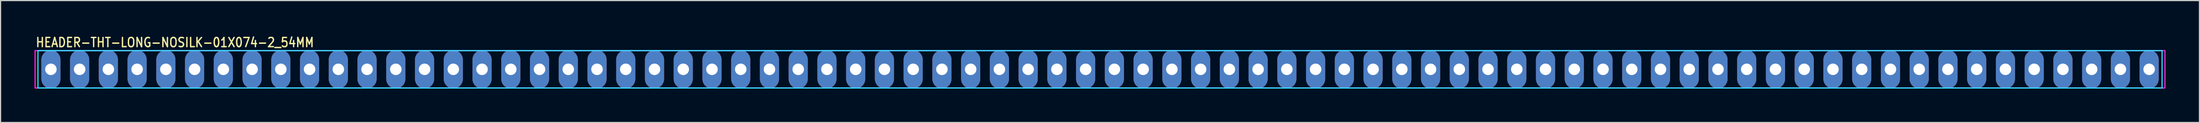
<source format=kicad_pcb>
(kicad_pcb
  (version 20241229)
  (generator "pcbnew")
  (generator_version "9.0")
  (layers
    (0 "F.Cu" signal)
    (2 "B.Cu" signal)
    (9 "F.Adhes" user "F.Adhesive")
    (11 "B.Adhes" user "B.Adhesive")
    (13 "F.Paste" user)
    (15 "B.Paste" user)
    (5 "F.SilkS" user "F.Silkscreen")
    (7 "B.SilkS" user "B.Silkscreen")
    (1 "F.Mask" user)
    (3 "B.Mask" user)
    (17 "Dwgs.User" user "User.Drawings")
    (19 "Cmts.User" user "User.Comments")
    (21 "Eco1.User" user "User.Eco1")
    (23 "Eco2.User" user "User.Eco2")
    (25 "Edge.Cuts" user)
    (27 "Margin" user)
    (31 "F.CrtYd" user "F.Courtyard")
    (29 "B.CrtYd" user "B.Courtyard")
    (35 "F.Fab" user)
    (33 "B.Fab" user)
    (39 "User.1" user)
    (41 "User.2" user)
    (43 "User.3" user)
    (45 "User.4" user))
  (footprint "HEADER-THT-LONG-NOSILK-01X074-2_54MM"
    (layer "F.Cu")
    (at 1.447 3.079)
    (property "Reference" "HEADER-THT-LONG-NOSILK-01X074-2_54MM" (at -1.4 -1.9 0) (unlocked yes) (layer "F.SilkS") (effects (font (size 0.813 0.695) (thickness 0.122)) (justify left bottom)))
    (fp_poly (pts (xy -1.143 -1.651) (xy 186.563 -1.651) (xy 186.563 1.651) (xy -1.143 1.651)) (stroke (width 0.1) (type solid)) (fill no) (layer "B.CrtYd"))
    (fp_poly (pts (xy -1.397 -1.651) (xy 186.817 -1.651) (xy 186.817 1.651) (xy -1.397 1.651)) (stroke (width 0.1) (type solid)) (fill no) (layer "F.CrtYd"))
    (pad "P$1" thru_hole oval (at 0 0 90) (size 3.387 1.693) (drill 1.016) (layers "*.Cu" "*.Mask"))
    (pad "P$2" thru_hole oval (at 2.54 0 90) (size 3.387 1.693) (drill 1.016) (layers "*.Cu" "*.Mask"))
    (pad "P$3" thru_hole oval (at 5.08 0 90) (size 3.387 1.693) (drill 1.016) (layers "*.Cu" "*.Mask"))
    (pad "P$4" thru_hole oval (at 7.62 0 90) (size 3.387 1.693) (drill 1.016) (layers "*.Cu" "*.Mask"))
    (pad "P$5" thru_hole oval (at 10.16 0 90) (size 3.387 1.693) (drill 1.016) (layers "*.Cu" "*.Mask"))
    (pad "P$6" thru_hole oval (at 12.7 0 90) (size 3.387 1.693) (drill 1.016) (layers "*.Cu" "*.Mask"))
    (pad "P$7" thru_hole oval (at 15.24 0 90) (size 3.387 1.693) (drill 1.016) (layers "*.Cu" "*.Mask"))
    (pad "P$8" thru_hole oval (at 17.78 0 90) (size 3.387 1.693) (drill 1.016) (layers "*.Cu" "*.Mask"))
    (pad "P$9" thru_hole oval (at 20.32 0 90) (size 3.387 1.693) (drill 1.016) (layers "*.Cu" "*.Mask"))
    (pad "P$10" thru_hole oval (at 22.86 0 90) (size 3.387 1.693) (drill 1.016) (layers "*.Cu" "*.Mask"))
    (pad "P$11" thru_hole oval (at 25.4 0 90) (size 3.387 1.693) (drill 1.016) (layers "*.Cu" "*.Mask"))
    (pad "P$12" thru_hole oval (at 27.94 0 90) (size 3.387 1.693) (drill 1.016) (layers "*.Cu" "*.Mask"))
    (pad "P$13" thru_hole oval (at 30.48 0 90) (size 3.387 1.693) (drill 1.016) (layers "*.Cu" "*.Mask"))
    (pad "P$14" thru_hole oval (at 33.02 0 90) (size 3.387 1.693) (drill 1.016) (layers "*.Cu" "*.Mask"))
    (pad "P$15" thru_hole oval (at 35.56 0 90) (size 3.387 1.693) (drill 1.016) (layers "*.Cu" "*.Mask"))
    (pad "P$16" thru_hole oval (at 38.1 0 90) (size 3.387 1.693) (drill 1.016) (layers "*.Cu" "*.Mask"))
    (pad "P$17" thru_hole oval (at 40.64 0 90) (size 3.387 1.693) (drill 1.016) (layers "*.Cu" "*.Mask"))
    (pad "P$18" thru_hole oval (at 43.18 0 90) (size 3.387 1.693) (drill 1.016) (layers "*.Cu" "*.Mask"))
    (pad "P$19" thru_hole oval (at 45.72 0 90) (size 3.387 1.693) (drill 1.016) (layers "*.Cu" "*.Mask"))
    (pad "P$20" thru_hole oval (at 48.26 0 90) (size 3.387 1.693) (drill 1.016) (layers "*.Cu" "*.Mask"))
    (pad "P$21" thru_hole oval (at 50.8 0 90) (size 3.387 1.693) (drill 1.016) (layers "*.Cu" "*.Mask"))
    (pad "P$22" thru_hole oval (at 53.34 0 90) (size 3.387 1.693) (drill 1.016) (layers "*.Cu" "*.Mask"))
    (pad "P$23" thru_hole oval (at 55.88 0 90) (size 3.387 1.693) (drill 1.016) (layers "*.Cu" "*.Mask"))
    (pad "P$24" thru_hole oval (at 58.42 0 90) (size 3.387 1.693) (drill 1.016) (layers "*.Cu" "*.Mask"))
    (pad "P$25" thru_hole oval (at 60.96 0 90) (size 3.387 1.693) (drill 1.016) (layers "*.Cu" "*.Mask"))
    (pad "P$26" thru_hole oval (at 63.5 0 90) (size 3.387 1.693) (drill 1.016) (layers "*.Cu" "*.Mask"))
    (pad "P$27" thru_hole oval (at 66.04 0 90) (size 3.387 1.693) (drill 1.016) (layers "*.Cu" "*.Mask"))
    (pad "P$28" thru_hole oval (at 68.58 0 90) (size 3.387 1.693) (drill 1.016) (layers "*.Cu" "*.Mask"))
    (pad "P$29" thru_hole oval (at 71.12 0 90) (size 3.387 1.693) (drill 1.016) (layers "*.Cu" "*.Mask"))
    (pad "P$30" thru_hole oval (at 73.66 0 90) (size 3.387 1.693) (drill 1.016) (layers "*.Cu" "*.Mask"))
    (pad "P$31" thru_hole oval (at 76.2 0 90) (size 3.387 1.693) (drill 1.016) (layers "*.Cu" "*.Mask"))
    (pad "P$32" thru_hole oval (at 78.74 0 90) (size 3.387 1.693) (drill 1.016) (layers "*.Cu" "*.Mask"))
    (pad "P$33" thru_hole oval (at 81.28 0 90) (size 3.387 1.693) (drill 1.016) (layers "*.Cu" "*.Mask"))
    (pad "P$34" thru_hole oval (at 83.82 0 90) (size 3.387 1.693) (drill 1.016) (layers "*.Cu" "*.Mask"))
    (pad "P$35" thru_hole oval (at 86.36 0 90) (size 3.387 1.693) (drill 1.016) (layers "*.Cu" "*.Mask"))
    (pad "P$36" thru_hole oval (at 88.9 0 90) (size 3.387 1.693) (drill 1.016) (layers "*.Cu" "*.Mask"))
    (pad "P$37" thru_hole oval (at 91.44 0 90) (size 3.387 1.693) (drill 1.016) (layers "*.Cu" "*.Mask"))
    (pad "P$38" thru_hole oval (at 93.98 0 90) (size 3.387 1.693) (drill 1.016) (layers "*.Cu" "*.Mask"))
    (pad "P$39" thru_hole oval (at 96.52 0 90) (size 3.387 1.693) (drill 1.016) (layers "*.Cu" "*.Mask"))
    (pad "P$40" thru_hole oval (at 99.06 0 90) (size 3.387 1.693) (drill 1.016) (layers "*.Cu" "*.Mask"))
    (pad "P$41" thru_hole oval (at 101.6 0 90) (size 3.387 1.693) (drill 1.016) (layers "*.Cu" "*.Mask"))
    (pad "P$42" thru_hole oval (at 104.14 0 90) (size 3.387 1.693) (drill 1.016) (layers "*.Cu" "*.Mask"))
    (pad "P$43" thru_hole oval (at 106.68 0 90) (size 3.387 1.693) (drill 1.016) (layers "*.Cu" "*.Mask"))
    (pad "P$44" thru_hole oval (at 109.22 0 90) (size 3.387 1.693) (drill 1.016) (layers "*.Cu" "*.Mask"))
    (pad "P$45" thru_hole oval (at 111.76 0 90) (size 3.387 1.693) (drill 1.016) (layers "*.Cu" "*.Mask"))
    (pad "P$46" thru_hole oval (at 114.3 0 90) (size 3.387 1.693) (drill 1.016) (layers "*.Cu" "*.Mask"))
    (pad "P$47" thru_hole oval (at 116.84 0 90) (size 3.387 1.693) (drill 1.016) (layers "*.Cu" "*.Mask"))
    (pad "P$48" thru_hole oval (at 119.38 0 90) (size 3.387 1.693) (drill 1.016) (layers "*.Cu" "*.Mask"))
    (pad "P$49" thru_hole oval (at 121.92 0 90) (size 3.387 1.693) (drill 1.016) (layers "*.Cu" "*.Mask"))
    (pad "P$50" thru_hole oval (at 124.46 0 90) (size 3.387 1.693) (drill 1.016) (layers "*.Cu" "*.Mask"))
    (pad "P$51" thru_hole oval (at 127 0 90) (size 3.387 1.693) (drill 1.016) (layers "*.Cu" "*.Mask"))
    (pad "P$52" thru_hole oval (at 129.54 0 90) (size 3.387 1.693) (drill 1.016) (layers "*.Cu" "*.Mask"))
    (pad "P$53" thru_hole oval (at 132.08 0 90) (size 3.387 1.693) (drill 1.016) (layers "*.Cu" "*.Mask"))
    (pad "P$54" thru_hole oval (at 134.62 0 90) (size 3.387 1.693) (drill 1.016) (layers "*.Cu" "*.Mask"))
    (pad "P$55" thru_hole oval (at 137.16 0 90) (size 3.387 1.693) (drill 1.016) (layers "*.Cu" "*.Mask"))
    (pad "P$56" thru_hole oval (at 139.7 0 90) (size 3.387 1.693) (drill 1.016) (layers "*.Cu" "*.Mask"))
    (pad "P$57" thru_hole oval (at 142.24 0 90) (size 3.387 1.693) (drill 1.016) (layers "*.Cu" "*.Mask"))
    (pad "P$58" thru_hole oval (at 144.78 0 90) (size 3.387 1.693) (drill 1.016) (layers "*.Cu" "*.Mask"))
    (pad "P$59" thru_hole oval (at 147.32 0 90) (size 3.387 1.693) (drill 1.016) (layers "*.Cu" "*.Mask"))
    (pad "P$60" thru_hole oval (at 149.86 0 90) (size 3.387 1.693) (drill 1.016) (layers "*.Cu" "*.Mask"))
    (pad "P$61" thru_hole oval (at 152.4 0 90) (size 3.387 1.693) (drill 1.016) (layers "*.Cu" "*.Mask"))
    (pad "P$62" thru_hole oval (at 154.94 0 90) (size 3.387 1.693) (drill 1.016) (layers "*.Cu" "*.Mask"))
    (pad "P$63" thru_hole oval (at 157.48 0 90) (size 3.387 1.693) (drill 1.016) (layers "*.Cu" "*.Mask"))
    (pad "P$64" thru_hole oval (at 160.02 0 90) (size 3.387 1.693) (drill 1.016) (layers "*.Cu" "*.Mask"))
    (pad "P$65" thru_hole oval (at 162.56 0 90) (size 3.387 1.693) (drill 1.016) (layers "*.Cu" "*.Mask"))
    (pad "P$66" thru_hole oval (at 165.1 0 90) (size 3.387 1.693) (drill 1.016) (layers "*.Cu" "*.Mask"))
    (pad "P$67" thru_hole oval (at 167.64 0 90) (size 3.387 1.693) (drill 1.016) (layers "*.Cu" "*.Mask"))
    (pad "P$68" thru_hole oval (at 170.18 0 90) (size 3.387 1.693) (drill 1.016) (layers "*.Cu" "*.Mask"))
    (pad "P$69" thru_hole oval (at 172.72 0 90) (size 3.387 1.693) (drill 1.016) (layers "*.Cu" "*.Mask"))
    (pad "P$70" thru_hole oval (at 175.26 0 90) (size 3.387 1.693) (drill 1.016) (layers "*.Cu" "*.Mask"))
    (pad "P$71" thru_hole oval (at 177.8 0 90) (size 3.387 1.693) (drill 1.016) (layers "*.Cu" "*.Mask"))
    (pad "P$72" thru_hole oval (at 180.34 0 90) (size 3.387 1.693) (drill 1.016) (layers "*.Cu" "*.Mask"))
    (pad "P$73" thru_hole oval (at 182.88 0 90) (size 3.387 1.693) (drill 1.016) (layers "*.Cu" "*.Mask"))
    (pad "P$74" thru_hole oval (at 185.42 0 90) (size 3.387 1.693) (drill 1.016) (layers "*.Cu" "*.Mask")))
  (gr_rect
    (start -3 -3)
    (end 191.314 7.78)
    (stroke (width 0.1) (type default))
    (fill no)
    (layer "Edge.Cuts")))
</source>
